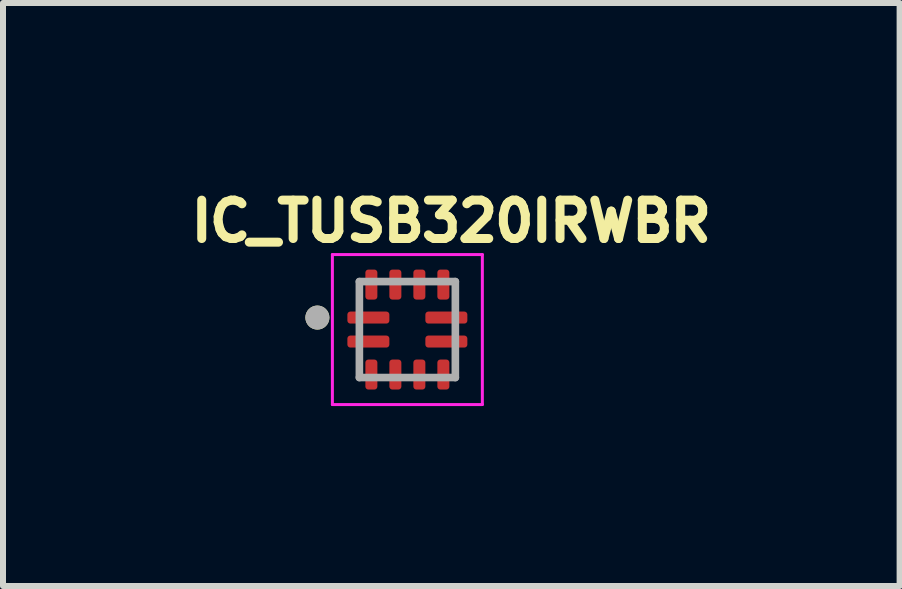
<source format=kicad_pcb>
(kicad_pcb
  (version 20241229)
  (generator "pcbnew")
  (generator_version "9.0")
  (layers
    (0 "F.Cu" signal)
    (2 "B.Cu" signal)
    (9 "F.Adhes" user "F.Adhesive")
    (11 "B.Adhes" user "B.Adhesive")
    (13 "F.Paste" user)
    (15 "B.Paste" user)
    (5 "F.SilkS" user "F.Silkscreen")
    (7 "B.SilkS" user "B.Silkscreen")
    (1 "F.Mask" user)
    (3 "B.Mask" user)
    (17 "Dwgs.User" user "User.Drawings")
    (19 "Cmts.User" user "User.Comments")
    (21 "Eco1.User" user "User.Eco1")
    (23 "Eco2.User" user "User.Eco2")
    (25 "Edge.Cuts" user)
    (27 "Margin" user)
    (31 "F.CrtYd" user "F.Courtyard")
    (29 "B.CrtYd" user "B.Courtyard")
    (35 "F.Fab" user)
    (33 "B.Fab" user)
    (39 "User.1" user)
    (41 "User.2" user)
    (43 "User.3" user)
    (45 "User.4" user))
  (footprint "IC_TUSB320IRWBR"
    (layer "F.Cu")
    (at 3.741 2.444)
    (property "Reference" "IC_TUSB320IRWBR" (at 0.732 -1.806 0) (layer "F.SilkS") (effects (font (size 0.64 0.64) (thickness 0.15))))
    (attr smd)
    (fp_poly (pts (xy -0.745 -0.505) (xy -0.745 -0.995) (xy -0.745 -0.998) (xy -0.745 -1) (xy -0.744 -1.003) (xy -0.744 -1.005) (xy -0.743 -1.008) (xy -0.743 -1.01) (xy -0.742 -1.013) (xy -0.741 -1.015) (xy -0.74 -1.018) (xy -0.738 -1.02) (xy -0.737 -1.022) (xy -0.735 -1.024) (xy -0.734 -1.026) (xy -0.732 -1.028) (xy -0.73 -1.03) (xy -0.728 -1.032) (xy -0.726 -1.034) (xy -0.724 -1.035) (xy -0.722 -1.037) (xy -0.72 -1.038) (xy -0.718 -1.04) (xy -0.715 -1.041) (xy -0.713 -1.042) (xy -0.71 -1.043) (xy -0.708 -1.043) (xy -0.705 -1.044) (xy -0.703 -1.044) (xy -0.7 -1.045) (xy -0.698 -1.045) (xy -0.695 -1.045) (xy -0.505 -1.045) (xy -0.502 -1.045) (xy -0.5 -1.045) (xy -0.497 -1.044) (xy -0.495 -1.044) (xy -0.492 -1.043) (xy -0.49 -1.043) (xy -0.487 -1.042) (xy -0.485 -1.041) (xy -0.482 -1.04) (xy -0.48 -1.038) (xy -0.478 -1.037) (xy -0.476 -1.035) (xy -0.474 -1.034) (xy -0.472 -1.032) (xy -0.47 -1.03) (xy -0.468 -1.028) (xy -0.466 -1.026) (xy -0.465 -1.024) (xy -0.463 -1.022) (xy -0.462 -1.02) (xy -0.46 -1.018) (xy -0.459 -1.015) (xy -0.458 -1.013) (xy -0.457 -1.01) (xy -0.457 -1.008) (xy -0.456 -1.005) (xy -0.456 -1.003) (xy -0.455 -1) (xy -0.455 -0.998) (xy -0.455 -0.995) (xy -0.455 -0.505) (xy -0.455 -0.502) (xy -0.455 -0.5) (xy -0.456 -0.497) (xy -0.456 -0.495) (xy -0.457 -0.492) (xy -0.457 -0.49) (xy -0.458 -0.487) (xy -0.459 -0.485) (xy -0.46 -0.482) (xy -0.462 -0.48) (xy -0.463 -0.478) (xy -0.465 -0.476) (xy -0.466 -0.474) (xy -0.468 -0.472) (xy -0.47 -0.47) (xy -0.472 -0.468) (xy -0.474 -0.466) (xy -0.476 -0.465) (xy -0.478 -0.463) (xy -0.48 -0.462) (xy -0.482 -0.46) (xy -0.485 -0.459) (xy -0.487 -0.458) (xy -0.49 -0.457) (xy -0.492 -0.457) (xy -0.495 -0.456) (xy -0.497 -0.456) (xy -0.5 -0.455) (xy -0.502 -0.455) (xy -0.505 -0.455) (xy -0.695 -0.455) (xy -0.698 -0.455) (xy -0.7 -0.455) (xy -0.703 -0.456) (xy -0.705 -0.456) (xy -0.708 -0.457) (xy -0.71 -0.457) (xy -0.713 -0.458) (xy -0.715 -0.459) (xy -0.718 -0.46) (xy -0.72 -0.462) (xy -0.722 -0.463) (xy -0.724 -0.465) (xy -0.726 -0.466) (xy -0.728 -0.468) (xy -0.73 -0.47) (xy -0.732 -0.472) (xy -0.734 -0.474) (xy -0.735 -0.476) (xy -0.737 -0.478) (xy -0.738 -0.48) (xy -0.74 -0.482) (xy -0.741 -0.485) (xy -0.742 -0.487) (xy -0.743 -0.49) (xy -0.743 -0.492) (xy -0.744 -0.495) (xy -0.744 -0.497) (xy -0.745 -0.5) (xy -0.745 -0.502) (xy -0.745 -0.505)) (stroke (width 0.01) (type solid)) (fill yes) (layer "F.Mask"))
    (fp_poly (pts (xy -0.745 0.995) (xy -0.745 0.505) (xy -0.745 0.502) (xy -0.745 0.5) (xy -0.744 0.497) (xy -0.744 0.495) (xy -0.743 0.492) (xy -0.743 0.49) (xy -0.742 0.487) (xy -0.741 0.485) (xy -0.74 0.482) (xy -0.738 0.48) (xy -0.737 0.478) (xy -0.735 0.476) (xy -0.734 0.474) (xy -0.732 0.472) (xy -0.73 0.47) (xy -0.728 0.468) (xy -0.726 0.466) (xy -0.724 0.465) (xy -0.722 0.463) (xy -0.72 0.462) (xy -0.718 0.46) (xy -0.715 0.459) (xy -0.713 0.458) (xy -0.71 0.457) (xy -0.708 0.457) (xy -0.705 0.456) (xy -0.703 0.456) (xy -0.7 0.455) (xy -0.698 0.455) (xy -0.695 0.455) (xy -0.505 0.455) (xy -0.502 0.455) (xy -0.5 0.455) (xy -0.497 0.456) (xy -0.495 0.456) (xy -0.492 0.457) (xy -0.49 0.457) (xy -0.487 0.458) (xy -0.485 0.459) (xy -0.482 0.46) (xy -0.48 0.462) (xy -0.478 0.463) (xy -0.476 0.465) (xy -0.474 0.466) (xy -0.472 0.468) (xy -0.47 0.47) (xy -0.468 0.472) (xy -0.466 0.474) (xy -0.465 0.476) (xy -0.463 0.478) (xy -0.462 0.48) (xy -0.46 0.482) (xy -0.459 0.485) (xy -0.458 0.487) (xy -0.457 0.49) (xy -0.457 0.492) (xy -0.456 0.495) (xy -0.456 0.497) (xy -0.455 0.5) (xy -0.455 0.502) (xy -0.455 0.505) (xy -0.455 0.995) (xy -0.455 0.998) (xy -0.455 1) (xy -0.456 1.003) (xy -0.456 1.005) (xy -0.457 1.008) (xy -0.457 1.01) (xy -0.458 1.013) (xy -0.459 1.015) (xy -0.46 1.018) (xy -0.462 1.02) (xy -0.463 1.022) (xy -0.465 1.024) (xy -0.466 1.026) (xy -0.468 1.028) (xy -0.47 1.03) (xy -0.472 1.032) (xy -0.474 1.034) (xy -0.476 1.035) (xy -0.478 1.037) (xy -0.48 1.038) (xy -0.482 1.04) (xy -0.485 1.041) (xy -0.487 1.042) (xy -0.49 1.043) (xy -0.492 1.043) (xy -0.495 1.044) (xy -0.497 1.044) (xy -0.5 1.045) (xy -0.502 1.045) (xy -0.505 1.045) (xy -0.695 1.045) (xy -0.698 1.045) (xy -0.7 1.045) (xy -0.703 1.044) (xy -0.705 1.044) (xy -0.708 1.043) (xy -0.71 1.043) (xy -0.713 1.042) (xy -0.715 1.041) (xy -0.718 1.04) (xy -0.72 1.038) (xy -0.722 1.037) (xy -0.724 1.035) (xy -0.726 1.034) (xy -0.728 1.032) (xy -0.73 1.03) (xy -0.732 1.028) (xy -0.734 1.026) (xy -0.735 1.024) (xy -0.737 1.022) (xy -0.738 1.02) (xy -0.74 1.018) (xy -0.741 1.015) (xy -0.742 1.013) (xy -0.743 1.01) (xy -0.743 1.008) (xy -0.744 1.005) (xy -0.744 1.003) (xy -0.745 1) (xy -0.745 0.998) (xy -0.745 0.995)) (stroke (width 0.01) (type solid)) (fill yes) (layer "F.Mask"))
    (fp_poly (pts (xy -0.345 -0.505) (xy -0.345 -0.995) (xy -0.345 -0.998) (xy -0.345 -1) (xy -0.344 -1.003) (xy -0.344 -1.005) (xy -0.343 -1.008) (xy -0.343 -1.01) (xy -0.342 -1.013) (xy -0.341 -1.015) (xy -0.34 -1.018) (xy -0.338 -1.02) (xy -0.337 -1.022) (xy -0.335 -1.024) (xy -0.334 -1.026) (xy -0.332 -1.028) (xy -0.33 -1.03) (xy -0.328 -1.032) (xy -0.326 -1.034) (xy -0.324 -1.035) (xy -0.322 -1.037) (xy -0.32 -1.038) (xy -0.318 -1.04) (xy -0.315 -1.041) (xy -0.313 -1.042) (xy -0.31 -1.043) (xy -0.308 -1.043) (xy -0.305 -1.044) (xy -0.303 -1.044) (xy -0.3 -1.045) (xy -0.298 -1.045) (xy -0.295 -1.045) (xy -0.105 -1.045) (xy -0.102 -1.045) (xy -0.1 -1.045) (xy -0.097 -1.044) (xy -0.095 -1.044) (xy -0.092 -1.043) (xy -0.09 -1.043) (xy -0.087 -1.042) (xy -0.085 -1.041) (xy -0.082 -1.04) (xy -0.08 -1.038) (xy -0.078 -1.037) (xy -0.076 -1.035) (xy -0.074 -1.034) (xy -0.072 -1.032) (xy -0.07 -1.03) (xy -0.068 -1.028) (xy -0.066 -1.026) (xy -0.065 -1.024) (xy -0.063 -1.022) (xy -0.062 -1.02) (xy -0.06 -1.018) (xy -0.059 -1.015) (xy -0.058 -1.013) (xy -0.057 -1.01) (xy -0.057 -1.008) (xy -0.056 -1.005) (xy -0.056 -1.003) (xy -0.055 -1) (xy -0.055 -0.998) (xy -0.055 -0.995) (xy -0.055 -0.505) (xy -0.055 -0.502) (xy -0.055 -0.5) (xy -0.056 -0.497) (xy -0.056 -0.495) (xy -0.057 -0.492) (xy -0.057 -0.49) (xy -0.058 -0.487) (xy -0.059 -0.485) (xy -0.06 -0.482) (xy -0.062 -0.48) (xy -0.063 -0.478) (xy -0.065 -0.476) (xy -0.066 -0.474) (xy -0.068 -0.472) (xy -0.07 -0.47) (xy -0.072 -0.468) (xy -0.074 -0.466) (xy -0.076 -0.465) (xy -0.078 -0.463) (xy -0.08 -0.462) (xy -0.082 -0.46) (xy -0.085 -0.459) (xy -0.087 -0.458) (xy -0.09 -0.457) (xy -0.092 -0.457) (xy -0.095 -0.456) (xy -0.097 -0.456) (xy -0.1 -0.455) (xy -0.102 -0.455) (xy -0.105 -0.455) (xy -0.295 -0.455) (xy -0.298 -0.455) (xy -0.3 -0.455) (xy -0.303 -0.456) (xy -0.305 -0.456) (xy -0.308 -0.457) (xy -0.31 -0.457) (xy -0.313 -0.458) (xy -0.315 -0.459) (xy -0.318 -0.46) (xy -0.32 -0.462) (xy -0.322 -0.463) (xy -0.324 -0.465) (xy -0.326 -0.466) (xy -0.328 -0.468) (xy -0.33 -0.47) (xy -0.332 -0.472) (xy -0.334 -0.474) (xy -0.335 -0.476) (xy -0.337 -0.478) (xy -0.338 -0.48) (xy -0.34 -0.482) (xy -0.341 -0.485) (xy -0.342 -0.487) (xy -0.343 -0.49) (xy -0.343 -0.492) (xy -0.344 -0.495) (xy -0.344 -0.497) (xy -0.345 -0.5) (xy -0.345 -0.502) (xy -0.345 -0.505)) (stroke (width 0.01) (type solid)) (fill yes) (layer "F.Mask"))
    (fp_poly (pts (xy -0.345 0.995) (xy -0.345 0.505) (xy -0.345 0.502) (xy -0.345 0.5) (xy -0.344 0.497) (xy -0.344 0.495) (xy -0.343 0.492) (xy -0.343 0.49) (xy -0.342 0.487) (xy -0.341 0.485) (xy -0.34 0.482) (xy -0.338 0.48) (xy -0.337 0.478) (xy -0.335 0.476) (xy -0.334 0.474) (xy -0.332 0.472) (xy -0.33 0.47) (xy -0.328 0.468) (xy -0.326 0.466) (xy -0.324 0.465) (xy -0.322 0.463) (xy -0.32 0.462) (xy -0.318 0.46) (xy -0.315 0.459) (xy -0.313 0.458) (xy -0.31 0.457) (xy -0.308 0.457) (xy -0.305 0.456) (xy -0.303 0.456) (xy -0.3 0.455) (xy -0.298 0.455) (xy -0.295 0.455) (xy -0.105 0.455) (xy -0.102 0.455) (xy -0.1 0.455) (xy -0.097 0.456) (xy -0.095 0.456) (xy -0.092 0.457) (xy -0.09 0.457) (xy -0.087 0.458) (xy -0.085 0.459) (xy -0.082 0.46) (xy -0.08 0.462) (xy -0.078 0.463) (xy -0.076 0.465) (xy -0.074 0.466) (xy -0.072 0.468) (xy -0.07 0.47) (xy -0.068 0.472) (xy -0.066 0.474) (xy -0.065 0.476) (xy -0.063 0.478) (xy -0.062 0.48) (xy -0.06 0.482) (xy -0.059 0.485) (xy -0.058 0.487) (xy -0.057 0.49) (xy -0.057 0.492) (xy -0.056 0.495) (xy -0.056 0.497) (xy -0.055 0.5) (xy -0.055 0.502) (xy -0.055 0.505) (xy -0.055 0.995) (xy -0.055 0.998) (xy -0.055 1) (xy -0.056 1.003) (xy -0.056 1.005) (xy -0.057 1.008) (xy -0.057 1.01) (xy -0.058 1.013) (xy -0.059 1.015) (xy -0.06 1.018) (xy -0.062 1.02) (xy -0.063 1.022) (xy -0.065 1.024) (xy -0.066 1.026) (xy -0.068 1.028) (xy -0.07 1.03) (xy -0.072 1.032) (xy -0.074 1.034) (xy -0.076 1.035) (xy -0.078 1.037) (xy -0.08 1.038) (xy -0.082 1.04) (xy -0.085 1.041) (xy -0.087 1.042) (xy -0.09 1.043) (xy -0.092 1.043) (xy -0.095 1.044) (xy -0.097 1.044) (xy -0.1 1.045) (xy -0.102 1.045) (xy -0.105 1.045) (xy -0.295 1.045) (xy -0.298 1.045) (xy -0.3 1.045) (xy -0.303 1.044) (xy -0.305 1.044) (xy -0.308 1.043) (xy -0.31 1.043) (xy -0.313 1.042) (xy -0.315 1.041) (xy -0.318 1.04) (xy -0.32 1.038) (xy -0.322 1.037) (xy -0.324 1.035) (xy -0.326 1.034) (xy -0.328 1.032) (xy -0.33 1.03) (xy -0.332 1.028) (xy -0.334 1.026) (xy -0.335 1.024) (xy -0.337 1.022) (xy -0.338 1.02) (xy -0.34 1.018) (xy -0.341 1.015) (xy -0.342 1.013) (xy -0.343 1.01) (xy -0.343 1.008) (xy -0.344 1.005) (xy -0.344 1.003) (xy -0.345 1) (xy -0.345 0.998) (xy -0.345 0.995)) (stroke (width 0.01) (type solid)) (fill yes) (layer "F.Mask"))
    (fp_poly (pts (xy -0.305 -0.345) (xy -0.995 -0.345) (xy -0.998 -0.345) (xy -1 -0.345) (xy -1.003 -0.344) (xy -1.005 -0.344) (xy -1.008 -0.343) (xy -1.01 -0.343) (xy -1.013 -0.342) (xy -1.015 -0.341) (xy -1.018 -0.34) (xy -1.02 -0.338) (xy -1.022 -0.337) (xy -1.024 -0.335) (xy -1.026 -0.334) (xy -1.028 -0.332) (xy -1.03 -0.33) (xy -1.032 -0.328) (xy -1.034 -0.326) (xy -1.035 -0.324) (xy -1.037 -0.322) (xy -1.038 -0.32) (xy -1.04 -0.318) (xy -1.041 -0.315) (xy -1.042 -0.313) (xy -1.043 -0.31) (xy -1.043 -0.308) (xy -1.044 -0.305) (xy -1.044 -0.303) (xy -1.045 -0.3) (xy -1.045 -0.298) (xy -1.045 -0.295) (xy -1.045 -0.105) (xy -1.045 -0.102) (xy -1.045 -0.1) (xy -1.044 -0.097) (xy -1.044 -0.095) (xy -1.043 -0.092) (xy -1.043 -0.09) (xy -1.042 -0.087) (xy -1.041 -0.085) (xy -1.04 -0.082) (xy -1.038 -0.08) (xy -1.037 -0.078) (xy -1.035 -0.076) (xy -1.034 -0.074) (xy -1.032 -0.072) (xy -1.03 -0.07) (xy -1.028 -0.068) (xy -1.026 -0.066) (xy -1.024 -0.065) (xy -1.022 -0.063) (xy -1.02 -0.062) (xy -1.018 -0.06) (xy -1.015 -0.059) (xy -1.013 -0.058) (xy -1.01 -0.057) (xy -1.008 -0.057) (xy -1.005 -0.056) (xy -1.003 -0.056) (xy -1 -0.055) (xy -0.998 -0.055) (xy -0.995 -0.055) (xy -0.305 -0.055) (xy -0.302 -0.055) (xy -0.3 -0.055) (xy -0.297 -0.056) (xy -0.295 -0.056) (xy -0.292 -0.057) (xy -0.29 -0.057) (xy -0.287 -0.058) (xy -0.285 -0.059) (xy -0.282 -0.06) (xy -0.28 -0.062) (xy -0.278 -0.063) (xy -0.276 -0.065) (xy -0.274 -0.066) (xy -0.272 -0.068) (xy -0.27 -0.07) (xy -0.268 -0.072) (xy -0.266 -0.074) (xy -0.265 -0.076) (xy -0.263 -0.078) (xy -0.262 -0.08) (xy -0.26 -0.082) (xy -0.259 -0.085) (xy -0.258 -0.087) (xy -0.257 -0.09) (xy -0.257 -0.092) (xy -0.256 -0.095) (xy -0.256 -0.097) (xy -0.255 -0.1) (xy -0.255 -0.102) (xy -0.255 -0.105) (xy -0.255 -0.295) (xy -0.255 -0.298) (xy -0.255 -0.3) (xy -0.256 -0.303) (xy -0.256 -0.305) (xy -0.257 -0.308) (xy -0.257 -0.31) (xy -0.258 -0.313) (xy -0.259 -0.315) (xy -0.26 -0.318) (xy -0.262 -0.32) (xy -0.263 -0.322) (xy -0.265 -0.324) (xy -0.266 -0.326) (xy -0.268 -0.328) (xy -0.27 -0.33) (xy -0.272 -0.332) (xy -0.274 -0.334) (xy -0.276 -0.335) (xy -0.278 -0.337) (xy -0.28 -0.338) (xy -0.282 -0.34) (xy -0.285 -0.341) (xy -0.287 -0.342) (xy -0.29 -0.343) (xy -0.292 -0.343) (xy -0.295 -0.344) (xy -0.297 -0.344) (xy -0.3 -0.345) (xy -0.302 -0.345) (xy -0.305 -0.345)) (stroke (width 0.01) (type solid)) (fill yes) (layer "F.Mask"))
    (fp_poly (pts (xy -0.305 0.055) (xy -0.995 0.055) (xy -0.998 0.055) (xy -1 0.055) (xy -1.003 0.056) (xy -1.005 0.056) (xy -1.008 0.057) (xy -1.01 0.057) (xy -1.013 0.058) (xy -1.015 0.059) (xy -1.018 0.06) (xy -1.02 0.062) (xy -1.022 0.063) (xy -1.024 0.065) (xy -1.026 0.066) (xy -1.028 0.068) (xy -1.03 0.07) (xy -1.032 0.072) (xy -1.034 0.074) (xy -1.035 0.076) (xy -1.037 0.078) (xy -1.038 0.08) (xy -1.04 0.082) (xy -1.041 0.085) (xy -1.042 0.087) (xy -1.043 0.09) (xy -1.043 0.092) (xy -1.044 0.095) (xy -1.044 0.097) (xy -1.045 0.1) (xy -1.045 0.102) (xy -1.045 0.105) (xy -1.045 0.295) (xy -1.045 0.298) (xy -1.045 0.3) (xy -1.044 0.303) (xy -1.044 0.305) (xy -1.043 0.308) (xy -1.043 0.31) (xy -1.042 0.313) (xy -1.041 0.315) (xy -1.04 0.318) (xy -1.038 0.32) (xy -1.037 0.322) (xy -1.035 0.324) (xy -1.034 0.326) (xy -1.032 0.328) (xy -1.03 0.33) (xy -1.028 0.332) (xy -1.026 0.334) (xy -1.024 0.335) (xy -1.022 0.337) (xy -1.02 0.338) (xy -1.018 0.34) (xy -1.015 0.341) (xy -1.013 0.342) (xy -1.01 0.343) (xy -1.008 0.343) (xy -1.005 0.344) (xy -1.003 0.344) (xy -1 0.345) (xy -0.998 0.345) (xy -0.995 0.345) (xy -0.305 0.345) (xy -0.302 0.345) (xy -0.3 0.345) (xy -0.297 0.344) (xy -0.295 0.344) (xy -0.292 0.343) (xy -0.29 0.343) (xy -0.287 0.342) (xy -0.285 0.341) (xy -0.282 0.34) (xy -0.28 0.338) (xy -0.278 0.337) (xy -0.276 0.335) (xy -0.274 0.334) (xy -0.272 0.332) (xy -0.27 0.33) (xy -0.268 0.328) (xy -0.266 0.326) (xy -0.265 0.324) (xy -0.263 0.322) (xy -0.262 0.32) (xy -0.26 0.318) (xy -0.259 0.315) (xy -0.258 0.313) (xy -0.257 0.31) (xy -0.257 0.308) (xy -0.256 0.305) (xy -0.256 0.303) (xy -0.255 0.3) (xy -0.255 0.298) (xy -0.255 0.295) (xy -0.255 0.105) (xy -0.255 0.102) (xy -0.255 0.1) (xy -0.256 0.097) (xy -0.256 0.095) (xy -0.257 0.092) (xy -0.257 0.09) (xy -0.258 0.087) (xy -0.259 0.085) (xy -0.26 0.082) (xy -0.262 0.08) (xy -0.263 0.078) (xy -0.265 0.076) (xy -0.266 0.074) (xy -0.268 0.072) (xy -0.27 0.07) (xy -0.272 0.068) (xy -0.274 0.066) (xy -0.276 0.065) (xy -0.278 0.063) (xy -0.28 0.062) (xy -0.282 0.06) (xy -0.285 0.059) (xy -0.287 0.058) (xy -0.29 0.057) (xy -0.292 0.057) (xy -0.295 0.056) (xy -0.297 0.056) (xy -0.3 0.055) (xy -0.302 0.055) (xy -0.305 0.055)) (stroke (width 0.01) (type solid)) (fill yes) (layer "F.Mask"))
    (fp_poly (pts (xy 0.055 -0.505) (xy 0.055 -0.995) (xy 0.055 -0.998) (xy 0.055 -1) (xy 0.056 -1.003) (xy 0.056 -1.005) (xy 0.057 -1.008) (xy 0.057 -1.01) (xy 0.058 -1.013) (xy 0.059 -1.015) (xy 0.06 -1.018) (xy 0.062 -1.02) (xy 0.063 -1.022) (xy 0.065 -1.024) (xy 0.066 -1.026) (xy 0.068 -1.028) (xy 0.07 -1.03) (xy 0.072 -1.032) (xy 0.074 -1.034) (xy 0.076 -1.035) (xy 0.078 -1.037) (xy 0.08 -1.038) (xy 0.082 -1.04) (xy 0.085 -1.041) (xy 0.087 -1.042) (xy 0.09 -1.043) (xy 0.092 -1.043) (xy 0.095 -1.044) (xy 0.097 -1.044) (xy 0.1 -1.045) (xy 0.102 -1.045) (xy 0.105 -1.045) (xy 0.295 -1.045) (xy 0.298 -1.045) (xy 0.3 -1.045) (xy 0.303 -1.044) (xy 0.305 -1.044) (xy 0.308 -1.043) (xy 0.31 -1.043) (xy 0.313 -1.042) (xy 0.315 -1.041) (xy 0.318 -1.04) (xy 0.32 -1.038) (xy 0.322 -1.037) (xy 0.324 -1.035) (xy 0.326 -1.034) (xy 0.328 -1.032) (xy 0.33 -1.03) (xy 0.332 -1.028) (xy 0.334 -1.026) (xy 0.335 -1.024) (xy 0.337 -1.022) (xy 0.338 -1.02) (xy 0.34 -1.018) (xy 0.341 -1.015) (xy 0.342 -1.013) (xy 0.343 -1.01) (xy 0.343 -1.008) (xy 0.344 -1.005) (xy 0.344 -1.003) (xy 0.345 -1) (xy 0.345 -0.998) (xy 0.345 -0.995) (xy 0.345 -0.505) (xy 0.345 -0.502) (xy 0.345 -0.5) (xy 0.344 -0.497) (xy 0.344 -0.495) (xy 0.343 -0.492) (xy 0.343 -0.49) (xy 0.342 -0.487) (xy 0.341 -0.485) (xy 0.34 -0.482) (xy 0.338 -0.48) (xy 0.337 -0.478) (xy 0.335 -0.476) (xy 0.334 -0.474) (xy 0.332 -0.472) (xy 0.33 -0.47) (xy 0.328 -0.468) (xy 0.326 -0.466) (xy 0.324 -0.465) (xy 0.322 -0.463) (xy 0.32 -0.462) (xy 0.318 -0.46) (xy 0.315 -0.459) (xy 0.313 -0.458) (xy 0.31 -0.457) (xy 0.308 -0.457) (xy 0.305 -0.456) (xy 0.303 -0.456) (xy 0.3 -0.455) (xy 0.298 -0.455) (xy 0.295 -0.455) (xy 0.105 -0.455) (xy 0.102 -0.455) (xy 0.1 -0.455) (xy 0.097 -0.456) (xy 0.095 -0.456) (xy 0.092 -0.457) (xy 0.09 -0.457) (xy 0.087 -0.458) (xy 0.085 -0.459) (xy 0.082 -0.46) (xy 0.08 -0.462) (xy 0.078 -0.463) (xy 0.076 -0.465) (xy 0.074 -0.466) (xy 0.072 -0.468) (xy 0.07 -0.47) (xy 0.068 -0.472) (xy 0.066 -0.474) (xy 0.065 -0.476) (xy 0.063 -0.478) (xy 0.062 -0.48) (xy 0.06 -0.482) (xy 0.059 -0.485) (xy 0.058 -0.487) (xy 0.057 -0.49) (xy 0.057 -0.492) (xy 0.056 -0.495) (xy 0.056 -0.497) (xy 0.055 -0.5) (xy 0.055 -0.502) (xy 0.055 -0.505)) (stroke (width 0.01) (type solid)) (fill yes) (layer "F.Mask"))
    (fp_poly (pts (xy 0.055 0.995) (xy 0.055 0.505) (xy 0.055 0.502) (xy 0.055 0.5) (xy 0.056 0.497) (xy 0.056 0.495) (xy 0.057 0.492) (xy 0.057 0.49) (xy 0.058 0.487) (xy 0.059 0.485) (xy 0.06 0.482) (xy 0.062 0.48) (xy 0.063 0.478) (xy 0.065 0.476) (xy 0.066 0.474) (xy 0.068 0.472) (xy 0.07 0.47) (xy 0.072 0.468) (xy 0.074 0.466) (xy 0.076 0.465) (xy 0.078 0.463) (xy 0.08 0.462) (xy 0.082 0.46) (xy 0.085 0.459) (xy 0.087 0.458) (xy 0.09 0.457) (xy 0.092 0.457) (xy 0.095 0.456) (xy 0.097 0.456) (xy 0.1 0.455) (xy 0.102 0.455) (xy 0.105 0.455) (xy 0.295 0.455) (xy 0.298 0.455) (xy 0.3 0.455) (xy 0.303 0.456) (xy 0.305 0.456) (xy 0.308 0.457) (xy 0.31 0.457) (xy 0.313 0.458) (xy 0.315 0.459) (xy 0.318 0.46) (xy 0.32 0.462) (xy 0.322 0.463) (xy 0.324 0.465) (xy 0.326 0.466) (xy 0.328 0.468) (xy 0.33 0.47) (xy 0.332 0.472) (xy 0.334 0.474) (xy 0.335 0.476) (xy 0.337 0.478) (xy 0.338 0.48) (xy 0.34 0.482) (xy 0.341 0.485) (xy 0.342 0.487) (xy 0.343 0.49) (xy 0.343 0.492) (xy 0.344 0.495) (xy 0.344 0.497) (xy 0.345 0.5) (xy 0.345 0.502) (xy 0.345 0.505) (xy 0.345 0.995) (xy 0.345 0.998) (xy 0.345 1) (xy 0.344 1.003) (xy 0.344 1.005) (xy 0.343 1.008) (xy 0.343 1.01) (xy 0.342 1.013) (xy 0.341 1.015) (xy 0.34 1.018) (xy 0.338 1.02) (xy 0.337 1.022) (xy 0.335 1.024) (xy 0.334 1.026) (xy 0.332 1.028) (xy 0.33 1.03) (xy 0.328 1.032) (xy 0.326 1.034) (xy 0.324 1.035) (xy 0.322 1.037) (xy 0.32 1.038) (xy 0.318 1.04) (xy 0.315 1.041) (xy 0.313 1.042) (xy 0.31 1.043) (xy 0.308 1.043) (xy 0.305 1.044) (xy 0.303 1.044) (xy 0.3 1.045) (xy 0.298 1.045) (xy 0.295 1.045) (xy 0.105 1.045) (xy 0.102 1.045) (xy 0.1 1.045) (xy 0.097 1.044) (xy 0.095 1.044) (xy 0.092 1.043) (xy 0.09 1.043) (xy 0.087 1.042) (xy 0.085 1.041) (xy 0.082 1.04) (xy 0.08 1.038) (xy 0.078 1.037) (xy 0.076 1.035) (xy 0.074 1.034) (xy 0.072 1.032) (xy 0.07 1.03) (xy 0.068 1.028) (xy 0.066 1.026) (xy 0.065 1.024) (xy 0.063 1.022) (xy 0.062 1.02) (xy 0.06 1.018) (xy 0.059 1.015) (xy 0.058 1.013) (xy 0.057 1.01) (xy 0.057 1.008) (xy 0.056 1.005) (xy 0.056 1.003) (xy 0.055 1) (xy 0.055 0.998) (xy 0.055 0.995)) (stroke (width 0.01) (type solid)) (fill yes) (layer "F.Mask"))
    (fp_poly (pts (xy 0.455 -0.505) (xy 0.455 -0.995) (xy 0.455 -0.998) (xy 0.455 -1) (xy 0.456 -1.003) (xy 0.456 -1.005) (xy 0.457 -1.008) (xy 0.457 -1.01) (xy 0.458 -1.013) (xy 0.459 -1.015) (xy 0.46 -1.018) (xy 0.462 -1.02) (xy 0.463 -1.022) (xy 0.465 -1.024) (xy 0.466 -1.026) (xy 0.468 -1.028) (xy 0.47 -1.03) (xy 0.472 -1.032) (xy 0.474 -1.034) (xy 0.476 -1.035) (xy 0.478 -1.037) (xy 0.48 -1.038) (xy 0.482 -1.04) (xy 0.485 -1.041) (xy 0.487 -1.042) (xy 0.49 -1.043) (xy 0.492 -1.043) (xy 0.495 -1.044) (xy 0.497 -1.044) (xy 0.5 -1.045) (xy 0.502 -1.045) (xy 0.505 -1.045) (xy 0.695 -1.045) (xy 0.698 -1.045) (xy 0.7 -1.045) (xy 0.703 -1.044) (xy 0.705 -1.044) (xy 0.708 -1.043) (xy 0.71 -1.043) (xy 0.713 -1.042) (xy 0.715 -1.041) (xy 0.718 -1.04) (xy 0.72 -1.038) (xy 0.722 -1.037) (xy 0.724 -1.035) (xy 0.726 -1.034) (xy 0.728 -1.032) (xy 0.73 -1.03) (xy 0.732 -1.028) (xy 0.734 -1.026) (xy 0.735 -1.024) (xy 0.737 -1.022) (xy 0.738 -1.02) (xy 0.74 -1.018) (xy 0.741 -1.015) (xy 0.742 -1.013) (xy 0.743 -1.01) (xy 0.743 -1.008) (xy 0.744 -1.005) (xy 0.744 -1.003) (xy 0.745 -1) (xy 0.745 -0.998) (xy 0.745 -0.995) (xy 0.745 -0.505) (xy 0.745 -0.502) (xy 0.745 -0.5) (xy 0.744 -0.497) (xy 0.744 -0.495) (xy 0.743 -0.492) (xy 0.743 -0.49) (xy 0.742 -0.487) (xy 0.741 -0.485) (xy 0.74 -0.482) (xy 0.738 -0.48) (xy 0.737 -0.478) (xy 0.735 -0.476) (xy 0.734 -0.474) (xy 0.732 -0.472) (xy 0.73 -0.47) (xy 0.728 -0.468) (xy 0.726 -0.466) (xy 0.724 -0.465) (xy 0.722 -0.463) (xy 0.72 -0.462) (xy 0.718 -0.46) (xy 0.715 -0.459) (xy 0.713 -0.458) (xy 0.71 -0.457) (xy 0.708 -0.457) (xy 0.705 -0.456) (xy 0.703 -0.456) (xy 0.7 -0.455) (xy 0.698 -0.455) (xy 0.695 -0.455) (xy 0.505 -0.455) (xy 0.502 -0.455) (xy 0.5 -0.455) (xy 0.497 -0.456) (xy 0.495 -0.456) (xy 0.492 -0.457) (xy 0.49 -0.457) (xy 0.487 -0.458) (xy 0.485 -0.459) (xy 0.482 -0.46) (xy 0.48 -0.462) (xy 0.478 -0.463) (xy 0.476 -0.465) (xy 0.474 -0.466) (xy 0.472 -0.468) (xy 0.47 -0.47) (xy 0.468 -0.472) (xy 0.466 -0.474) (xy 0.465 -0.476) (xy 0.463 -0.478) (xy 0.462 -0.48) (xy 0.46 -0.482) (xy 0.459 -0.485) (xy 0.458 -0.487) (xy 0.457 -0.49) (xy 0.457 -0.492) (xy 0.456 -0.495) (xy 0.456 -0.497) (xy 0.455 -0.5) (xy 0.455 -0.502) (xy 0.455 -0.505)) (stroke (width 0.01) (type solid)) (fill yes) (layer "F.Mask"))
    (fp_poly (pts (xy 0.455 0.995) (xy 0.455 0.505) (xy 0.455 0.502) (xy 0.455 0.5) (xy 0.456 0.497) (xy 0.456 0.495) (xy 0.457 0.492) (xy 0.457 0.49) (xy 0.458 0.487) (xy 0.459 0.485) (xy 0.46 0.482) (xy 0.462 0.48) (xy 0.463 0.478) (xy 0.465 0.476) (xy 0.466 0.474) (xy 0.468 0.472) (xy 0.47 0.47) (xy 0.472 0.468) (xy 0.474 0.466) (xy 0.476 0.465) (xy 0.478 0.463) (xy 0.48 0.462) (xy 0.482 0.46) (xy 0.485 0.459) (xy 0.487 0.458) (xy 0.49 0.457) (xy 0.492 0.457) (xy 0.495 0.456) (xy 0.497 0.456) (xy 0.5 0.455) (xy 0.502 0.455) (xy 0.505 0.455) (xy 0.695 0.455) (xy 0.698 0.455) (xy 0.7 0.455) (xy 0.703 0.456) (xy 0.705 0.456) (xy 0.708 0.457) (xy 0.71 0.457) (xy 0.713 0.458) (xy 0.715 0.459) (xy 0.718 0.46) (xy 0.72 0.462) (xy 0.722 0.463) (xy 0.724 0.465) (xy 0.726 0.466) (xy 0.728 0.468) (xy 0.73 0.47) (xy 0.732 0.472) (xy 0.734 0.474) (xy 0.735 0.476) (xy 0.737 0.478) (xy 0.738 0.48) (xy 0.74 0.482) (xy 0.741 0.485) (xy 0.742 0.487) (xy 0.743 0.49) (xy 0.743 0.492) (xy 0.744 0.495) (xy 0.744 0.497) (xy 0.745 0.5) (xy 0.745 0.502) (xy 0.745 0.505) (xy 0.745 0.995) (xy 0.745 0.998) (xy 0.745 1) (xy 0.744 1.003) (xy 0.744 1.005) (xy 0.743 1.008) (xy 0.743 1.01) (xy 0.742 1.013) (xy 0.741 1.015) (xy 0.74 1.018) (xy 0.738 1.02) (xy 0.737 1.022) (xy 0.735 1.024) (xy 0.734 1.026) (xy 0.732 1.028) (xy 0.73 1.03) (xy 0.728 1.032) (xy 0.726 1.034) (xy 0.724 1.035) (xy 0.722 1.037) (xy 0.72 1.038) (xy 0.718 1.04) (xy 0.715 1.041) (xy 0.713 1.042) (xy 0.71 1.043) (xy 0.708 1.043) (xy 0.705 1.044) (xy 0.703 1.044) (xy 0.7 1.045) (xy 0.698 1.045) (xy 0.695 1.045) (xy 0.505 1.045) (xy 0.502 1.045) (xy 0.5 1.045) (xy 0.497 1.044) (xy 0.495 1.044) (xy 0.492 1.043) (xy 0.49 1.043) (xy 0.487 1.042) (xy 0.485 1.041) (xy 0.482 1.04) (xy 0.48 1.038) (xy 0.478 1.037) (xy 0.476 1.035) (xy 0.474 1.034) (xy 0.472 1.032) (xy 0.47 1.03) (xy 0.468 1.028) (xy 0.466 1.026) (xy 0.465 1.024) (xy 0.463 1.022) (xy 0.462 1.02) (xy 0.46 1.018) (xy 0.459 1.015) (xy 0.458 1.013) (xy 0.457 1.01) (xy 0.457 1.008) (xy 0.456 1.005) (xy 0.456 1.003) (xy 0.455 1) (xy 0.455 0.998) (xy 0.455 0.995)) (stroke (width 0.01) (type solid)) (fill yes) (layer "F.Mask"))
    (fp_poly (pts (xy 0.995 -0.345) (xy 0.305 -0.345) (xy 0.302 -0.345) (xy 0.3 -0.345) (xy 0.297 -0.344) (xy 0.295 -0.344) (xy 0.292 -0.343) (xy 0.29 -0.343) (xy 0.287 -0.342) (xy 0.285 -0.341) (xy 0.282 -0.34) (xy 0.28 -0.338) (xy 0.278 -0.337) (xy 0.276 -0.335) (xy 0.274 -0.334) (xy 0.272 -0.332) (xy 0.27 -0.33) (xy 0.268 -0.328) (xy 0.266 -0.326) (xy 0.265 -0.324) (xy 0.263 -0.322) (xy 0.262 -0.32) (xy 0.26 -0.318) (xy 0.259 -0.315) (xy 0.258 -0.313) (xy 0.257 -0.31) (xy 0.257 -0.308) (xy 0.256 -0.305) (xy 0.256 -0.303) (xy 0.255 -0.3) (xy 0.255 -0.298) (xy 0.255 -0.295) (xy 0.255 -0.105) (xy 0.255 -0.102) (xy 0.255 -0.1) (xy 0.256 -0.097) (xy 0.256 -0.095) (xy 0.257 -0.092) (xy 0.257 -0.09) (xy 0.258 -0.087) (xy 0.259 -0.085) (xy 0.26 -0.082) (xy 0.262 -0.08) (xy 0.263 -0.078) (xy 0.265 -0.076) (xy 0.266 -0.074) (xy 0.268 -0.072) (xy 0.27 -0.07) (xy 0.272 -0.068) (xy 0.274 -0.066) (xy 0.276 -0.065) (xy 0.278 -0.063) (xy 0.28 -0.062) (xy 0.282 -0.06) (xy 0.285 -0.059) (xy 0.287 -0.058) (xy 0.29 -0.057) (xy 0.292 -0.057) (xy 0.295 -0.056) (xy 0.297 -0.056) (xy 0.3 -0.055) (xy 0.302 -0.055) (xy 0.305 -0.055) (xy 0.995 -0.055) (xy 0.998 -0.055) (xy 1 -0.055) (xy 1.003 -0.056) (xy 1.005 -0.056) (xy 1.008 -0.057) (xy 1.01 -0.057) (xy 1.013 -0.058) (xy 1.015 -0.059) (xy 1.018 -0.06) (xy 1.02 -0.062) (xy 1.022 -0.063) (xy 1.024 -0.065) (xy 1.026 -0.066) (xy 1.028 -0.068) (xy 1.03 -0.07) (xy 1.032 -0.072) (xy 1.034 -0.074) (xy 1.035 -0.076) (xy 1.037 -0.078) (xy 1.038 -0.08) (xy 1.04 -0.082) (xy 1.041 -0.085) (xy 1.042 -0.087) (xy 1.043 -0.09) (xy 1.043 -0.092) (xy 1.044 -0.095) (xy 1.044 -0.097) (xy 1.045 -0.1) (xy 1.045 -0.102) (xy 1.045 -0.105) (xy 1.045 -0.295) (xy 1.045 -0.298) (xy 1.045 -0.3) (xy 1.044 -0.303) (xy 1.044 -0.305) (xy 1.043 -0.308) (xy 1.043 -0.31) (xy 1.042 -0.313) (xy 1.041 -0.315) (xy 1.04 -0.318) (xy 1.038 -0.32) (xy 1.037 -0.322) (xy 1.035 -0.324) (xy 1.034 -0.326) (xy 1.032 -0.328) (xy 1.03 -0.33) (xy 1.028 -0.332) (xy 1.026 -0.334) (xy 1.024 -0.335) (xy 1.022 -0.337) (xy 1.02 -0.338) (xy 1.018 -0.34) (xy 1.015 -0.341) (xy 1.013 -0.342) (xy 1.01 -0.343) (xy 1.008 -0.343) (xy 1.005 -0.344) (xy 1.003 -0.344) (xy 1 -0.345) (xy 0.998 -0.345) (xy 0.995 -0.345)) (stroke (width 0.01) (type solid)) (fill yes) (layer "F.Mask"))
    (fp_poly (pts (xy 0.995 0.055) (xy 0.305 0.055) (xy 0.302 0.055) (xy 0.3 0.055) (xy 0.297 0.056) (xy 0.295 0.056) (xy 0.292 0.057) (xy 0.29 0.057) (xy 0.287 0.058) (xy 0.285 0.059) (xy 0.282 0.06) (xy 0.28 0.062) (xy 0.278 0.063) (xy 0.276 0.065) (xy 0.274 0.066) (xy 0.272 0.068) (xy 0.27 0.07) (xy 0.268 0.072) (xy 0.266 0.074) (xy 0.265 0.076) (xy 0.263 0.078) (xy 0.262 0.08) (xy 0.26 0.082) (xy 0.259 0.085) (xy 0.258 0.087) (xy 0.257 0.09) (xy 0.257 0.092) (xy 0.256 0.095) (xy 0.256 0.097) (xy 0.255 0.1) (xy 0.255 0.102) (xy 0.255 0.105) (xy 0.255 0.295) (xy 0.255 0.298) (xy 0.255 0.3) (xy 0.256 0.303) (xy 0.256 0.305) (xy 0.257 0.308) (xy 0.257 0.31) (xy 0.258 0.313) (xy 0.259 0.315) (xy 0.26 0.318) (xy 0.262 0.32) (xy 0.263 0.322) (xy 0.265 0.324) (xy 0.266 0.326) (xy 0.268 0.328) (xy 0.27 0.33) (xy 0.272 0.332) (xy 0.274 0.334) (xy 0.276 0.335) (xy 0.278 0.337) (xy 0.28 0.338) (xy 0.282 0.34) (xy 0.285 0.341) (xy 0.287 0.342) (xy 0.29 0.343) (xy 0.292 0.343) (xy 0.295 0.344) (xy 0.297 0.344) (xy 0.3 0.345) (xy 0.302 0.345) (xy 0.305 0.345) (xy 0.995 0.345) (xy 0.998 0.345) (xy 1 0.345) (xy 1.003 0.344) (xy 1.005 0.344) (xy 1.008 0.343) (xy 1.01 0.343) (xy 1.013 0.342) (xy 1.015 0.341) (xy 1.018 0.34) (xy 1.02 0.338) (xy 1.022 0.337) (xy 1.024 0.335) (xy 1.026 0.334) (xy 1.028 0.332) (xy 1.03 0.33) (xy 1.032 0.328) (xy 1.034 0.326) (xy 1.035 0.324) (xy 1.037 0.322) (xy 1.038 0.32) (xy 1.04 0.318) (xy 1.041 0.315) (xy 1.042 0.313) (xy 1.043 0.31) (xy 1.043 0.308) (xy 1.044 0.305) (xy 1.044 0.303) (xy 1.045 0.3) (xy 1.045 0.298) (xy 1.045 0.295) (xy 1.045 0.105) (xy 1.045 0.102) (xy 1.045 0.1) (xy 1.044 0.097) (xy 1.044 0.095) (xy 1.043 0.092) (xy 1.043 0.09) (xy 1.042 0.087) (xy 1.041 0.085) (xy 1.04 0.082) (xy 1.038 0.08) (xy 1.037 0.078) (xy 1.035 0.076) (xy 1.034 0.074) (xy 1.032 0.072) (xy 1.03 0.07) (xy 1.028 0.068) (xy 1.026 0.066) (xy 1.024 0.065) (xy 1.022 0.063) (xy 1.02 0.062) (xy 1.018 0.06) (xy 1.015 0.059) (xy 1.013 0.058) (xy 1.01 0.057) (xy 1.008 0.057) (xy 1.005 0.056) (xy 1.003 0.056) (xy 1 0.055) (xy 0.998 0.055) (xy 0.995 0.055)) (stroke (width 0.01) (type solid)) (fill yes) (layer "F.Mask"))
    (fp_circle (center -1.5 -0.2) (end -1.4 -0.2) (stroke (width 0.2) (type solid)) (fill no) (layer "F.SilkS"))
    (fp_poly (pts (xy -0.315 -0.155) (xy -0.315 -0.245) (xy -0.315 -0.248) (xy -0.316 -0.251) (xy -0.316 -0.253) (xy -0.317 -0.256) (xy -0.318 -0.259) (xy -0.318 -0.261) (xy -0.319 -0.264) (xy -0.321 -0.266) (xy -0.322 -0.269) (xy -0.323 -0.271) (xy -0.325 -0.273) (xy -0.327 -0.276) (xy -0.328 -0.278) (xy -0.33 -0.28) (xy -0.332 -0.282) (xy -0.334 -0.283) (xy -0.337 -0.285) (xy -0.339 -0.287) (xy -0.341 -0.288) (xy -0.344 -0.289) (xy -0.346 -0.291) (xy -0.349 -0.292) (xy -0.351 -0.292) (xy -0.354 -0.293) (xy -0.357 -0.294) (xy -0.359 -0.294) (xy -0.362 -0.295) (xy -0.365 -0.295) (xy -0.368 -0.295) (xy -0.37 -0.295) (xy -0.93 -0.295) (xy -0.932 -0.295) (xy -0.935 -0.295) (xy -0.938 -0.295) (xy -0.941 -0.294) (xy -0.943 -0.294) (xy -0.946 -0.293) (xy -0.949 -0.292) (xy -0.951 -0.292) (xy -0.954 -0.291) (xy -0.956 -0.289) (xy -0.959 -0.288) (xy -0.961 -0.287) (xy -0.963 -0.285) (xy -0.966 -0.283) (xy -0.968 -0.282) (xy -0.97 -0.28) (xy -0.972 -0.278) (xy -0.973 -0.276) (xy -0.975 -0.273) (xy -0.977 -0.271) (xy -0.978 -0.269) (xy -0.979 -0.266) (xy -0.981 -0.264) (xy -0.982 -0.261) (xy -0.982 -0.259) (xy -0.983 -0.256) (xy -0.984 -0.253) (xy -0.984 -0.251) (xy -0.985 -0.248) (xy -0.985 -0.245) (xy -0.985 -0.155) (xy -0.985 -0.152) (xy -0.984 -0.149) (xy -0.984 -0.147) (xy -0.983 -0.144) (xy -0.982 -0.141) (xy -0.982 -0.139) (xy -0.981 -0.136) (xy -0.979 -0.134) (xy -0.978 -0.131) (xy -0.977 -0.129) (xy -0.975 -0.127) (xy -0.973 -0.124) (xy -0.972 -0.122) (xy -0.97 -0.12) (xy -0.968 -0.118) (xy -0.966 -0.117) (xy -0.963 -0.115) (xy -0.961 -0.113) (xy -0.959 -0.112) (xy -0.956 -0.111) (xy -0.954 -0.109) (xy -0.951 -0.108) (xy -0.949 -0.108) (xy -0.946 -0.107) (xy -0.943 -0.106) (xy -0.941 -0.106) (xy -0.938 -0.105) (xy -0.935 -0.105) (xy -0.932 -0.105) (xy -0.93 -0.105) (xy -0.37 -0.105) (xy -0.368 -0.105) (xy -0.365 -0.105) (xy -0.362 -0.105) (xy -0.359 -0.106) (xy -0.357 -0.106) (xy -0.354 -0.107) (xy -0.351 -0.108) (xy -0.349 -0.108) (xy -0.346 -0.109) (xy -0.344 -0.111) (xy -0.341 -0.112) (xy -0.339 -0.113) (xy -0.337 -0.115) (xy -0.334 -0.117) (xy -0.332 -0.118) (xy -0.33 -0.12) (xy -0.328 -0.122) (xy -0.327 -0.124) (xy -0.325 -0.127) (xy -0.323 -0.129) (xy -0.322 -0.131) (xy -0.321 -0.134) (xy -0.319 -0.136) (xy -0.318 -0.139) (xy -0.318 -0.141) (xy -0.317 -0.144) (xy -0.316 -0.147) (xy -0.316 -0.149) (xy -0.315 -0.152) (xy -0.315 -0.155)) (stroke (width 0.01) (type solid)) (fill yes) (layer "F.Paste"))
    (fp_poly (pts (xy -0.315 0.245) (xy -0.315 0.155) (xy -0.315 0.152) (xy -0.316 0.149) (xy -0.316 0.147) (xy -0.317 0.144) (xy -0.318 0.141) (xy -0.318 0.139) (xy -0.319 0.136) (xy -0.321 0.134) (xy -0.322 0.131) (xy -0.323 0.129) (xy -0.325 0.127) (xy -0.327 0.124) (xy -0.328 0.122) (xy -0.33 0.12) (xy -0.332 0.118) (xy -0.334 0.117) (xy -0.337 0.115) (xy -0.339 0.113) (xy -0.341 0.112) (xy -0.344 0.111) (xy -0.346 0.109) (xy -0.349 0.108) (xy -0.351 0.108) (xy -0.354 0.107) (xy -0.357 0.106) (xy -0.359 0.106) (xy -0.362 0.105) (xy -0.365 0.105) (xy -0.368 0.105) (xy -0.37 0.105) (xy -0.93 0.105) (xy -0.932 0.105) (xy -0.935 0.105) (xy -0.938 0.105) (xy -0.941 0.106) (xy -0.943 0.106) (xy -0.946 0.107) (xy -0.949 0.108) (xy -0.951 0.108) (xy -0.954 0.109) (xy -0.956 0.111) (xy -0.959 0.112) (xy -0.961 0.113) (xy -0.963 0.115) (xy -0.966 0.117) (xy -0.968 0.118) (xy -0.97 0.12) (xy -0.972 0.122) (xy -0.973 0.124) (xy -0.975 0.127) (xy -0.977 0.129) (xy -0.978 0.131) (xy -0.979 0.134) (xy -0.981 0.136) (xy -0.982 0.139) (xy -0.982 0.141) (xy -0.983 0.144) (xy -0.984 0.147) (xy -0.984 0.149) (xy -0.985 0.152) (xy -0.985 0.155) (xy -0.985 0.245) (xy -0.985 0.248) (xy -0.984 0.251) (xy -0.984 0.253) (xy -0.983 0.256) (xy -0.982 0.259) (xy -0.982 0.261) (xy -0.981 0.264) (xy -0.979 0.266) (xy -0.978 0.269) (xy -0.977 0.271) (xy -0.975 0.273) (xy -0.973 0.276) (xy -0.972 0.278) (xy -0.97 0.28) (xy -0.968 0.282) (xy -0.966 0.283) (xy -0.963 0.285) (xy -0.961 0.287) (xy -0.959 0.288) (xy -0.956 0.289) (xy -0.954 0.291) (xy -0.951 0.292) (xy -0.949 0.292) (xy -0.946 0.293) (xy -0.943 0.294) (xy -0.941 0.294) (xy -0.938 0.295) (xy -0.935 0.295) (xy -0.932 0.295) (xy -0.93 0.295) (xy -0.37 0.295) (xy -0.368 0.295) (xy -0.365 0.295) (xy -0.362 0.295) (xy -0.359 0.294) (xy -0.357 0.294) (xy -0.354 0.293) (xy -0.351 0.292) (xy -0.349 0.292) (xy -0.346 0.291) (xy -0.344 0.289) (xy -0.341 0.288) (xy -0.339 0.287) (xy -0.337 0.285) (xy -0.334 0.283) (xy -0.332 0.282) (xy -0.33 0.28) (xy -0.328 0.278) (xy -0.327 0.276) (xy -0.325 0.273) (xy -0.323 0.271) (xy -0.322 0.269) (xy -0.321 0.266) (xy -0.319 0.264) (xy -0.318 0.261) (xy -0.318 0.259) (xy -0.317 0.256) (xy -0.316 0.253) (xy -0.316 0.251) (xy -0.315 0.248) (xy -0.315 0.245)) (stroke (width 0.01) (type solid)) (fill yes) (layer "F.Paste"))
    (fp_poly (pts (xy 0.985 -0.155) (xy 0.985 -0.245) (xy 0.985 -0.248) (xy 0.984 -0.251) (xy 0.984 -0.253) (xy 0.983 -0.256) (xy 0.982 -0.259) (xy 0.982 -0.261) (xy 0.981 -0.264) (xy 0.979 -0.266) (xy 0.978 -0.269) (xy 0.977 -0.271) (xy 0.975 -0.273) (xy 0.973 -0.276) (xy 0.972 -0.278) (xy 0.97 -0.28) (xy 0.968 -0.282) (xy 0.966 -0.283) (xy 0.963 -0.285) (xy 0.961 -0.287) (xy 0.959 -0.288) (xy 0.956 -0.289) (xy 0.954 -0.291) (xy 0.951 -0.292) (xy 0.949 -0.292) (xy 0.946 -0.293) (xy 0.943 -0.294) (xy 0.941 -0.294) (xy 0.938 -0.295) (xy 0.935 -0.295) (xy 0.932 -0.295) (xy 0.93 -0.295) (xy 0.37 -0.295) (xy 0.368 -0.295) (xy 0.365 -0.295) (xy 0.362 -0.295) (xy 0.359 -0.294) (xy 0.357 -0.294) (xy 0.354 -0.293) (xy 0.351 -0.292) (xy 0.349 -0.292) (xy 0.346 -0.291) (xy 0.344 -0.289) (xy 0.341 -0.288) (xy 0.339 -0.287) (xy 0.337 -0.285) (xy 0.334 -0.283) (xy 0.332 -0.282) (xy 0.33 -0.28) (xy 0.328 -0.278) (xy 0.327 -0.276) (xy 0.325 -0.273) (xy 0.323 -0.271) (xy 0.322 -0.269) (xy 0.321 -0.266) (xy 0.319 -0.264) (xy 0.318 -0.261) (xy 0.318 -0.259) (xy 0.317 -0.256) (xy 0.316 -0.253) (xy 0.316 -0.251) (xy 0.315 -0.248) (xy 0.315 -0.245) (xy 0.315 -0.155) (xy 0.315 -0.152) (xy 0.316 -0.149) (xy 0.316 -0.147) (xy 0.317 -0.144) (xy 0.318 -0.141) (xy 0.318 -0.139) (xy 0.319 -0.136) (xy 0.321 -0.134) (xy 0.322 -0.131) (xy 0.323 -0.129) (xy 0.325 -0.127) (xy 0.327 -0.124) (xy 0.328 -0.122) (xy 0.33 -0.12) (xy 0.332 -0.118) (xy 0.334 -0.117) (xy 0.337 -0.115) (xy 0.339 -0.113) (xy 0.341 -0.112) (xy 0.344 -0.111) (xy 0.346 -0.109) (xy 0.349 -0.108) (xy 0.351 -0.108) (xy 0.354 -0.107) (xy 0.357 -0.106) (xy 0.359 -0.106) (xy 0.362 -0.105) (xy 0.365 -0.105) (xy 0.368 -0.105) (xy 0.37 -0.105) (xy 0.93 -0.105) (xy 0.932 -0.105) (xy 0.935 -0.105) (xy 0.938 -0.105) (xy 0.941 -0.106) (xy 0.943 -0.106) (xy 0.946 -0.107) (xy 0.949 -0.108) (xy 0.951 -0.108) (xy 0.954 -0.109) (xy 0.956 -0.111) (xy 0.959 -0.112) (xy 0.961 -0.113) (xy 0.963 -0.115) (xy 0.966 -0.117) (xy 0.968 -0.118) (xy 0.97 -0.12) (xy 0.972 -0.122) (xy 0.973 -0.124) (xy 0.975 -0.127) (xy 0.977 -0.129) (xy 0.978 -0.131) (xy 0.979 -0.134) (xy 0.981 -0.136) (xy 0.982 -0.139) (xy 0.982 -0.141) (xy 0.983 -0.144) (xy 0.984 -0.147) (xy 0.984 -0.149) (xy 0.985 -0.152) (xy 0.985 -0.155)) (stroke (width 0.01) (type solid)) (fill yes) (layer "F.Paste"))
    (fp_poly (pts (xy 0.985 0.245) (xy 0.985 0.155) (xy 0.985 0.152) (xy 0.984 0.149) (xy 0.984 0.147) (xy 0.983 0.144) (xy 0.982 0.141) (xy 0.982 0.139) (xy 0.981 0.136) (xy 0.979 0.134) (xy 0.978 0.131) (xy 0.977 0.129) (xy 0.975 0.127) (xy 0.973 0.124) (xy 0.972 0.122) (xy 0.97 0.12) (xy 0.968 0.118) (xy 0.966 0.117) (xy 0.963 0.115) (xy 0.961 0.113) (xy 0.959 0.112) (xy 0.956 0.111) (xy 0.954 0.109) (xy 0.951 0.108) (xy 0.949 0.108) (xy 0.946 0.107) (xy 0.943 0.106) (xy 0.941 0.106) (xy 0.938 0.105) (xy 0.935 0.105) (xy 0.932 0.105) (xy 0.93 0.105) (xy 0.37 0.105) (xy 0.368 0.105) (xy 0.365 0.105) (xy 0.362 0.105) (xy 0.359 0.106) (xy 0.357 0.106) (xy 0.354 0.107) (xy 0.351 0.108) (xy 0.349 0.108) (xy 0.346 0.109) (xy 0.344 0.111) (xy 0.341 0.112) (xy 0.339 0.113) (xy 0.337 0.115) (xy 0.334 0.117) (xy 0.332 0.118) (xy 0.33 0.12) (xy 0.328 0.122) (xy 0.327 0.124) (xy 0.325 0.127) (xy 0.323 0.129) (xy 0.322 0.131) (xy 0.321 0.134) (xy 0.319 0.136) (xy 0.318 0.139) (xy 0.318 0.141) (xy 0.317 0.144) (xy 0.316 0.147) (xy 0.316 0.149) (xy 0.315 0.152) (xy 0.315 0.155) (xy 0.315 0.245) (xy 0.315 0.248) (xy 0.316 0.251) (xy 0.316 0.253) (xy 0.317 0.256) (xy 0.318 0.259) (xy 0.318 0.261) (xy 0.319 0.264) (xy 0.321 0.266) (xy 0.322 0.269) (xy 0.323 0.271) (xy 0.325 0.273) (xy 0.327 0.276) (xy 0.328 0.278) (xy 0.33 0.28) (xy 0.332 0.282) (xy 0.334 0.283) (xy 0.337 0.285) (xy 0.339 0.287) (xy 0.341 0.288) (xy 0.344 0.289) (xy 0.346 0.291) (xy 0.349 0.292) (xy 0.351 0.292) (xy 0.354 0.293) (xy 0.357 0.294) (xy 0.359 0.294) (xy 0.362 0.295) (xy 0.365 0.295) (xy 0.368 0.295) (xy 0.37 0.295) (xy 0.93 0.295) (xy 0.932 0.295) (xy 0.935 0.295) (xy 0.938 0.295) (xy 0.941 0.294) (xy 0.943 0.294) (xy 0.946 0.293) (xy 0.949 0.292) (xy 0.951 0.292) (xy 0.954 0.291) (xy 0.956 0.289) (xy 0.959 0.288) (xy 0.961 0.287) (xy 0.963 0.285) (xy 0.966 0.283) (xy 0.968 0.282) (xy 0.97 0.28) (xy 0.972 0.278) (xy 0.973 0.276) (xy 0.975 0.273) (xy 0.977 0.271) (xy 0.978 0.269) (xy 0.979 0.266) (xy 0.981 0.264) (xy 0.982 0.261) (xy 0.982 0.259) (xy 0.983 0.256) (xy 0.984 0.253) (xy 0.984 0.251) (xy 0.985 0.248) (xy 0.985 0.245)) (stroke (width 0.01) (type solid)) (fill yes) (layer "F.Paste"))
    (fp_line (start -1.25 -1.25) (end 1.25 -1.25) (stroke (width 0.05) (type solid)) (layer "F.CrtYd"))
    (fp_line (start -1.25 1.25) (end -1.25 -1.25) (stroke (width 0.05) (type solid)) (layer "F.CrtYd"))
    (fp_line (start 1.25 -1.25) (end 1.25 1.25) (stroke (width 0.05) (type solid)) (layer "F.CrtYd"))
    (fp_line (start 1.25 1.25) (end -1.25 1.25) (stroke (width 0.05) (type solid)) (layer "F.CrtYd"))
    (fp_line (start -0.8 -0.8) (end 0.8 -0.8) (stroke (width 0.127) (type solid)) (layer "F.Fab"))
    (fp_line (start -0.8 0.8) (end -0.8 -0.8) (stroke (width 0.127) (type solid)) (layer "F.Fab"))
    (fp_line (start 0.8 -0.8) (end 0.8 0.8) (stroke (width 0.127) (type solid)) (layer "F.Fab"))
    (fp_line (start 0.8 0.8) (end -0.8 0.8) (stroke (width 0.127) (type solid)) (layer "F.Fab"))
    (fp_circle (center -1.5 -0.2) (end -1.4 -0.2) (stroke (width 0.2) (type solid)) (fill no) (layer "F.Fab"))
    (pad "1" smd roundrect (at -0.65 -0.2) (size 0.7 0.2) (layers "F.Cu") (roundrect_rratio 0.25))
    (pad "2" smd roundrect (at -0.65 0.2) (size 0.7 0.2) (layers "F.Cu") (roundrect_rratio 0.25))
    (pad "3" smd roundrect (at -0.6 0.75) (size 0.2 0.5) (layers "F.Cu" "F.Paste") (roundrect_rratio 0.25))
    (pad "4" smd roundrect (at -0.2 0.75) (size 0.2 0.5) (layers "F.Cu" "F.Paste") (roundrect_rratio 0.25))
    (pad "5" smd roundrect (at 0.2 0.75) (size 0.2 0.5) (layers "F.Cu" "F.Paste") (roundrect_rratio 0.25))
    (pad "6" smd roundrect (at 0.6 0.75) (size 0.2 0.5) (layers "F.Cu" "F.Paste") (roundrect_rratio 0.25))
    (pad "7" smd roundrect (at 0.65 0.2) (size 0.7 0.2) (layers "F.Cu") (roundrect_rratio 0.25))
    (pad "8" smd roundrect (at 0.65 -0.2) (size 0.7 0.2) (layers "F.Cu") (roundrect_rratio 0.25))
    (pad "9" smd roundrect (at 0.6 -0.75) (size 0.2 0.5) (layers "F.Cu" "F.Paste") (roundrect_rratio 0.25))
    (pad "10" smd roundrect (at 0.2 -0.75) (size 0.2 0.5) (layers "F.Cu" "F.Paste") (roundrect_rratio 0.25))
    (pad "11" smd roundrect (at -0.2 -0.75) (size 0.2 0.5) (layers "F.Cu" "F.Paste") (roundrect_rratio 0.25))
    (pad "12" smd roundrect (at -0.6 -0.75) (size 0.2 0.5) (layers "F.Cu" "F.Paste") (roundrect_rratio 0.25)))
  (gr_rect
    (start -3 -3)
    (end 11.947 6.719)
    (stroke (width 0.1) (type default))
    (fill no)
    (layer "Edge.Cuts")))
</source>
